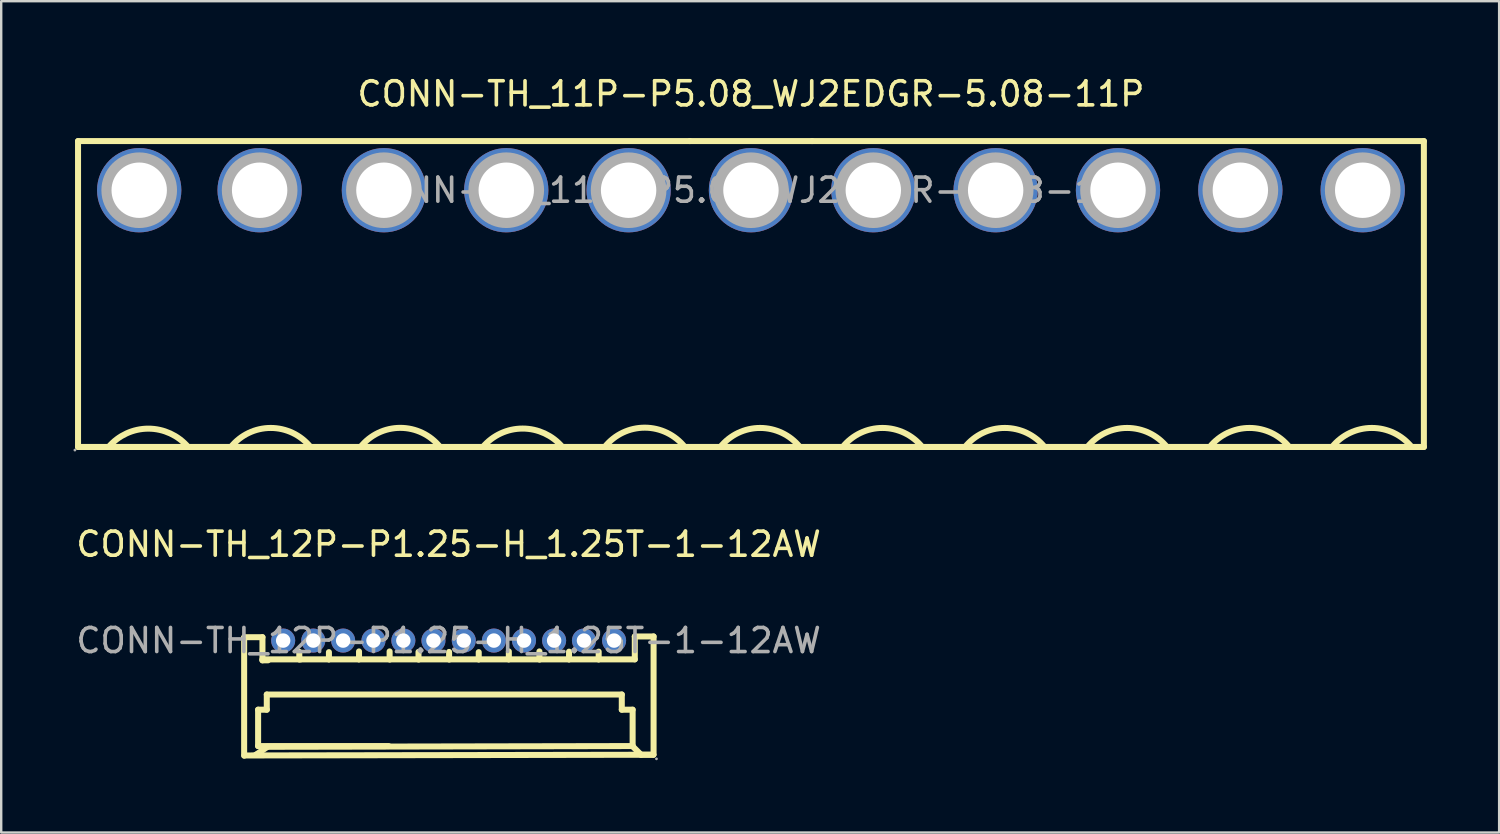
<source format=kicad_pcb>
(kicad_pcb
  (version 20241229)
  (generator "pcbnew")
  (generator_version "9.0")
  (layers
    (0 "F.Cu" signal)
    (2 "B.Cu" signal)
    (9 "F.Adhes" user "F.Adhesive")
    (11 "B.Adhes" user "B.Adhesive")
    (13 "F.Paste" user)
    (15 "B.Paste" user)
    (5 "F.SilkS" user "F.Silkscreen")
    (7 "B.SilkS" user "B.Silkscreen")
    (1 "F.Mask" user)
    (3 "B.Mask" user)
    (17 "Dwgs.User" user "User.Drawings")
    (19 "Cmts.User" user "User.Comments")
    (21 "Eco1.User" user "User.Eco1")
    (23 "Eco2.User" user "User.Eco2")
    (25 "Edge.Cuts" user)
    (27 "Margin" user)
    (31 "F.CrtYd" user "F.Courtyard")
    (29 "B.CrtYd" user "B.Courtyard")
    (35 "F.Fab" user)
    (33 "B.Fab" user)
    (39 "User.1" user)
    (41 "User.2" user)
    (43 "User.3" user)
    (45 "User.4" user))
  (footprint "CONN-TH_11P-P5.08_WJ2EDGR-5.08-11P"
    (layer "F.Cu")
    (at 28.13 4.848)
    (property "Reference" "CONN-TH_11P-P5.08_WJ2EDGR-5.08-11P" (at 0 -4 0) (layer "F.SilkS") (effects (font (size 1 1) (thickness 0.15))))
    (attr through_hole)
    (fp_line (start -27.94 -2.04) (end -27.94 10.66) (stroke (width 0.25) (type solid)) (layer "F.SilkS"))
    (fp_line (start -27.94 10.66) (end -2.54 10.66) (stroke (width 0.25) (type solid)) (layer "F.SilkS"))
    (fp_line (start -2.54 -2.04) (end -27.94 -2.04) (stroke (width 0.25) (type solid)) (layer "F.SilkS"))
    (fp_line (start -2.54 -2.04) (end 2.54 -2.04) (stroke (width 0.25) (type solid)) (layer "F.SilkS"))
    (fp_line (start -2.54 10.66) (end 2.54 10.66) (stroke (width 0.25) (type solid)) (layer "F.SilkS"))
    (fp_line (start 2.54 -2.04) (end 27.94 -2.04) (stroke (width 0.25) (type solid)) (layer "F.SilkS"))
    (fp_line (start 27.94 -2.04) (end 27.94 10.66) (stroke (width 0.25) (type solid)) (layer "F.SilkS"))
    (fp_line (start 27.94 10.66) (end 2.54 10.66) (stroke (width 0.25) (type solid)) (layer "F.SilkS"))
    (fp_arc (start -26.670511 10.660599) (mid -25.020394 9.899609) (end -23.37 10.66) (stroke (width 0.25) (type solid)) (layer "F.SilkS"))
    (fp_arc (start -21.588881 10.658614) (mid -19.939109 9.870709) (end -18.29 10.66) (stroke (width 0.25) (type solid)) (layer "F.SilkS"))
    (fp_arc (start -16.209069 10.658837) (mid -14.559255 9.866969) (end -12.91 10.66) (stroke (width 0.25) (type solid)) (layer "F.SilkS"))
    (fp_arc (start -11.130689 10.660812) (mid -9.480532 9.896091) (end -7.83 10.66) (stroke (width 0.25) (type solid)) (layer "F.SilkS"))
    (fp_arc (start -6.061257 10.64908) (mid -4.403006 9.859163) (end -2.75 10.66) (stroke (width 0.25) (type solid)) (layer "F.SilkS"))
    (fp_arc (start -1.268881 10.658614) (mid 0.380891 9.870709) (end 2.03 10.66) (stroke (width 0.25) (type solid)) (layer "F.SilkS"))
    (fp_arc (start 3.811119 10.658614) (mid 5.460891 9.870709) (end 7.11 10.66) (stroke (width 0.25) (type solid)) (layer "F.SilkS"))
    (fp_arc (start 8.891119 10.658614) (mid 10.540891 9.870709) (end 12.19 10.66) (stroke (width 0.25) (type solid)) (layer "F.SilkS"))
    (fp_arc (start 13.971119 10.658614) (mid 15.620891 9.870709) (end 17.27 10.66) (stroke (width 0.25) (type solid)) (layer "F.SilkS"))
    (fp_arc (start 19.051119 10.658614) (mid 20.700891 9.870709) (end 22.35 10.66) (stroke (width 0.25) (type solid)) (layer "F.SilkS"))
    (fp_arc (start 24.131119 10.658614) (mid 25.780891 9.870709) (end 27.43 10.66) (stroke (width 0.25) (type solid)) (layer "F.SilkS"))
    (fp_circle (center -28.07 10.79) (end -28.04 10.79) (stroke (width 0.06) (type solid)) (fill no) (layer "F.Fab"))
    (fp_circle (center -25.4 0) (end -24.88 0) (stroke (width 1.05) (type solid)) (fill no) (layer "F.Fab"))
    (fp_circle (center -20.4 0) (end -19.88 0) (stroke (width 1.05) (type solid)) (fill no) (layer "F.Fab"))
    (fp_circle (center -15.24 0) (end -14.72 0) (stroke (width 1.05) (type solid)) (fill no) (layer "F.Fab"))
    (fp_circle (center -10.16 0) (end -9.64 0) (stroke (width 1.05) (type solid)) (fill no) (layer "F.Fab"))
    (fp_circle (center -5.08 0) (end -4.56 0) (stroke (width 1.05) (type solid)) (fill no) (layer "F.Fab"))
    (fp_circle (center 0 0) (end 0.52 0) (stroke (width 1.05) (type solid)) (fill no) (layer "F.Fab"))
    (fp_circle (center 5.08 0) (end 5.6 0) (stroke (width 1.05) (type solid)) (fill no) (layer "F.Fab"))
    (fp_circle (center 10.16 0) (end 10.68 0) (stroke (width 1.05) (type solid)) (fill no) (layer "F.Fab"))
    (fp_circle (center 15.24 0) (end 15.76 0) (stroke (width 1.05) (type solid)) (fill no) (layer "F.Fab"))
    (fp_circle (center 20.32 0) (end 20.84 0) (stroke (width 1.05) (type solid)) (fill no) (layer "F.Fab"))
    (fp_circle (center 25.4 0) (end 25.92 0) (stroke (width 1.05) (type solid)) (fill no) (layer "F.Fab"))
    (fp_text user "${REFERENCE}" (at 0 0 0) (layer "F.Fab") (effects (font (size 1 1) (thickness 0.15))))
    (pad "1" thru_hole circle (at -25.4 0) (size 3.5 3.5) (drill 2.3) (layers "*.Cu" "*.Paste" "*.Mask"))
    (pad "2" thru_hole circle (at -20.4 0) (size 3.5 3.5) (drill 2.3) (layers "*.Cu" "*.Paste" "*.Mask"))
    (pad "3" thru_hole circle (at -15.24 0) (size 3.5 3.5) (drill 2.3) (layers "*.Cu" "*.Paste" "*.Mask"))
    (pad "4" thru_hole circle (at -10.16 0) (size 3.5 3.5) (drill 2.3) (layers "*.Cu" "*.Paste" "*.Mask"))
    (pad "5" thru_hole circle (at -5.08 0) (size 3.5 3.5) (drill 2.3) (layers "*.Cu" "*.Paste" "*.Mask"))
    (pad "6" thru_hole circle (at 0 0) (size 3.5 3.5) (drill 2.3) (layers "*.Cu" "*.Paste" "*.Mask"))
    (pad "7" thru_hole circle (at 5.08 0) (size 3.5 3.5) (drill 2.3) (layers "*.Cu" "*.Paste" "*.Mask"))
    (pad "8" thru_hole circle (at 10.16 0) (size 3.5 3.5) (drill 2.3) (layers "*.Cu" "*.Paste" "*.Mask"))
    (pad "9" thru_hole circle (at 15.24 0) (size 3.5 3.5) (drill 2.3) (layers "*.Cu" "*.Paste" "*.Mask"))
    (pad "10" thru_hole circle (at 20.32 0) (size 3.5 3.5) (drill 2.3) (layers "*.Cu" "*.Paste" "*.Mask"))
    (pad "11" thru_hole circle (at 25.4 0) (size 3.5 3.5) (drill 2.3) (layers "*.Cu" "*.Paste" "*.Mask")))
  (footprint "CONN-TH_12P-P1.25-H_1.25T-1-12AW"
    (layer "F.Cu")
    (at 15.577 23.547)
    (property "Reference" "CONN-TH_12P-P1.25-H_1.25T-1-12AW" (at 0 -4 0) (layer "F.SilkS") (effects (font (size 1 1) (thickness 0.15))))
    (attr through_hole)
    (fp_line (start -8.49 -0.14) (end -7.73 -0.14) (stroke (width 0.25) (type solid)) (layer "F.SilkS"))
    (fp_line (start -8.49 4.78) (end -8.49 -0.12) (stroke (width 0.25) (type solid)) (layer "F.SilkS"))
    (fp_line (start -8 4.74) (end -7.82 4.74) (stroke (width 0.25) (type solid)) (layer "F.SilkS"))
    (fp_line (start -7.91 2.87) (end -7.91 4.38) (stroke (width 0.25) (type solid)) (layer "F.SilkS"))
    (fp_line (start -7.91 4.38) (end -2.49 4.38) (stroke (width 0.25) (type solid)) (layer "F.SilkS"))
    (fp_line (start -7.73 -0.14) (end -7.73 0.82) (stroke (width 0.25) (type solid)) (layer "F.SilkS"))
    (fp_line (start -7.73 0.82) (end -7.5 0.82) (stroke (width 0.25) (type solid)) (layer "F.SilkS"))
    (fp_line (start -7.55 2.24) (end -7.55 2.87) (stroke (width 0.25) (type solid)) (layer "F.SilkS"))
    (fp_line (start -7.55 2.87) (end -7.91 2.87) (stroke (width 0.25) (type solid)) (layer "F.SilkS"))
    (fp_line (start -7.52 4.41) (end -8 4.74) (stroke (width 0.25) (type solid)) (layer "F.SilkS"))
    (fp_line (start -6.2 0.78) (end -6.2 0.47) (stroke (width 0.25) (type solid)) (layer "F.SilkS"))
    (fp_line (start -6.14 0.78) (end -7.73 0.78) (stroke (width 0.25) (type solid)) (layer "F.SilkS"))
    (fp_line (start -4.98 0.78) (end -6.2 0.78) (stroke (width 0.25) (type solid)) (layer "F.SilkS"))
    (fp_line (start -4.97 0.78) (end -4.97 0.48) (stroke (width 0.25) (type solid)) (layer "F.SilkS"))
    (fp_line (start -3.75 0.78) (end -4.97 0.78) (stroke (width 0.25) (type solid)) (layer "F.SilkS"))
    (fp_line (start -3.72 0.78) (end -3.72 0.45) (stroke (width 0.25) (type solid)) (layer "F.SilkS"))
    (fp_line (start -2.45 0.78) (end -2.45 0.45) (stroke (width 0.25) (type solid)) (layer "F.SilkS"))
    (fp_line (start -2.43 0.78) (end -3.72 0.78) (stroke (width 0.25) (type solid)) (layer "F.SilkS"))
    (fp_line (start -1.25 0.78) (end -1.25 0.47) (stroke (width 0.25) (type solid)) (layer "F.SilkS"))
    (fp_line (start -1.23 0.78) (end -2.45 0.78) (stroke (width 0.25) (type solid)) (layer "F.SilkS"))
    (fp_line (start 0.02 0.78) (end 0.02 0.47) (stroke (width 0.25) (type solid)) (layer "F.SilkS"))
    (fp_line (start 0.04 0.78) (end -1.25 0.78) (stroke (width 0.25) (type solid)) (layer "F.SilkS"))
    (fp_line (start 1.24 0.78) (end 0.02 0.78) (stroke (width 0.25) (type solid)) (layer "F.SilkS"))
    (fp_line (start 1.25 0.78) (end 1.25 0.48) (stroke (width 0.25) (type solid)) (layer "F.SilkS"))
    (fp_line (start 2.47 0.78) (end 1.25 0.78) (stroke (width 0.25) (type solid)) (layer "F.SilkS"))
    (fp_line (start 2.5 0.78) (end 2.5 0.45) (stroke (width 0.25) (type solid)) (layer "F.SilkS"))
    (fp_line (start 3.77 0.78) (end 3.77 0.45) (stroke (width 0.25) (type solid)) (layer "F.SilkS"))
    (fp_line (start 3.79 0.78) (end 2.5 0.78) (stroke (width 0.25) (type solid)) (layer "F.SilkS"))
    (fp_line (start 4.99 0.78) (end 3.77 0.78) (stroke (width 0.25) (type solid)) (layer "F.SilkS"))
    (fp_line (start 5 0.78) (end 5 0.46) (stroke (width 0.25) (type solid)) (layer "F.SilkS"))
    (fp_line (start 6.22 0.78) (end 5 0.78) (stroke (width 0.25) (type solid)) (layer "F.SilkS"))
    (fp_line (start 6.23 0.78) (end 6.23 0.46) (stroke (width 0.25) (type solid)) (layer "F.SilkS"))
    (fp_line (start 7.19 2.24) (end -7.55 2.24) (stroke (width 0.25) (type solid)) (layer "F.SilkS"))
    (fp_line (start 7.19 2.87) (end 7.19 2.24) (stroke (width 0.25) (type solid)) (layer "F.SilkS"))
    (fp_line (start 7.63 4.38) (end -7.52 4.41) (stroke (width 0.25) (type solid)) (layer "F.SilkS"))
    (fp_line (start 7.63 4.38) (end 7.63 4.35) (stroke (width 0.25) (type solid)) (layer "F.SilkS"))
    (fp_line (start 7.64 2.87) (end 7.19 2.87) (stroke (width 0.25) (type solid)) (layer "F.SilkS"))
    (fp_line (start 7.64 4.34) (end 7.64 2.87) (stroke (width 0.25) (type solid)) (layer "F.SilkS"))
    (fp_line (start 7.73 -0.17) (end 7.73 0.78) (stroke (width 0.25) (type solid)) (layer "F.SilkS"))
    (fp_line (start 7.73 0.78) (end 6.23 0.78) (stroke (width 0.25) (type solid)) (layer "F.SilkS"))
    (fp_line (start 7.99 4.74) (end 7.63 4.38) (stroke (width 0.25) (type solid)) (layer "F.SilkS"))
    (fp_line (start 8.5 4.74) (end -8.48 4.77) (stroke (width 0.25) (type solid)) (layer "F.SilkS"))
    (fp_line (start 8.5 4.74) (end 7.99 4.74) (stroke (width 0.25) (type solid)) (layer "F.SilkS"))
    (fp_line (start 8.51 -0.17) (end 7.73 -0.17) (stroke (width 0.25) (type solid)) (layer "F.SilkS"))
    (fp_line (start 8.51 4.73) (end 8.51 -0.17) (stroke (width 0.25) (type solid)) (layer "F.SilkS"))
    (fp_circle (center -6.87 0) (end -6.77 0) (stroke (width 0.2) (type solid)) (fill no) (layer "F.Fab"))
    (fp_circle (center -5.62 0) (end -5.52 0) (stroke (width 0.2) (type solid)) (fill no) (layer "F.Fab"))
    (fp_circle (center -4.38 0) (end -4.28 0) (stroke (width 0.2) (type solid)) (fill no) (layer "F.Fab"))
    (fp_circle (center -3.12 0) (end -3.02 0) (stroke (width 0.2) (type solid)) (fill no) (layer "F.Fab"))
    (fp_circle (center -1.88 0) (end -1.78 0) (stroke (width 0.2) (type solid)) (fill no) (layer "F.Fab"))
    (fp_circle (center -0.63 0) (end -0.53 0) (stroke (width 0.2) (type solid)) (fill no) (layer "F.Fab"))
    (fp_circle (center 0.63 0) (end 0.73 0) (stroke (width 0.2) (type solid)) (fill no) (layer "F.Fab"))
    (fp_circle (center 1.88 0) (end 1.98 0) (stroke (width 0.2) (type solid)) (fill no) (layer "F.Fab"))
    (fp_circle (center 3.13 0) (end 3.23 0) (stroke (width 0.2) (type solid)) (fill no) (layer "F.Fab"))
    (fp_circle (center 4.38 0) (end 4.48 0) (stroke (width 0.2) (type solid)) (fill no) (layer "F.Fab"))
    (fp_circle (center 5.62 0) (end 5.72 0) (stroke (width 0.2) (type solid)) (fill no) (layer "F.Fab"))
    (fp_circle (center 6.87 0) (end 6.97 0) (stroke (width 0.2) (type solid)) (fill no) (layer "F.Fab"))
    (fp_circle (center 8.63 4.91) (end 8.66 4.91) (stroke (width 0.06) (type solid)) (fill no) (layer "F.Fab"))
    (fp_text user "${REFERENCE}" (at 0 0 0) (layer "F.Fab") (effects (font (size 1 1) (thickness 0.15))))
    (pad "1" thru_hole circle (at 6.87 0 180) (size 1 1) (drill 0.6) (layers "*.Cu" "*.Paste" "*.Mask"))
    (pad "2" thru_hole circle (at 5.62 0 180) (size 1 1) (drill 0.6) (layers "*.Cu" "*.Paste" "*.Mask"))
    (pad "3" thru_hole circle (at 4.38 0 180) (size 1 1) (drill 0.6) (layers "*.Cu" "*.Paste" "*.Mask"))
    (pad "4" thru_hole circle (at 3.13 0 180) (size 1 1) (drill 0.6) (layers "*.Cu" "*.Paste" "*.Mask"))
    (pad "5" thru_hole circle (at 1.88 0 180) (size 1 1) (drill 0.6) (layers "*.Cu" "*.Paste" "*.Mask"))
    (pad "6" thru_hole circle (at 0.63 0 180) (size 1 1) (drill 0.6) (layers "*.Cu" "*.Paste" "*.Mask"))
    (pad "7" thru_hole circle (at -0.63 0 180) (size 1 1) (drill 0.6) (layers "*.Cu" "*.Paste" "*.Mask"))
    (pad "8" thru_hole circle (at -1.88 0 180) (size 1 1) (drill 0.6) (layers "*.Cu" "*.Paste" "*.Mask"))
    (pad "9" thru_hole circle (at -3.12 0 180) (size 1 1) (drill 0.6) (layers "*.Cu" "*.Paste" "*.Mask"))
    (pad "10" thru_hole circle (at -4.38 0 180) (size 1 1) (drill 0.6) (layers "*.Cu" "*.Paste" "*.Mask"))
    (pad "11" thru_hole circle (at -5.62 0 180) (size 1 1) (drill 0.6) (layers "*.Cu" "*.Paste" "*.Mask"))
    (pad "12" thru_hole circle (at -6.87 0 180) (size 1 1) (drill 0.6) (layers "*.Cu" "*.Paste" "*.Mask")))
  (gr_rect
    (start -3 -3)
    (end 59.195 31.517)
    (stroke (width 0.1) (type default))
    (fill no)
    (layer "Edge.Cuts")))
</source>
